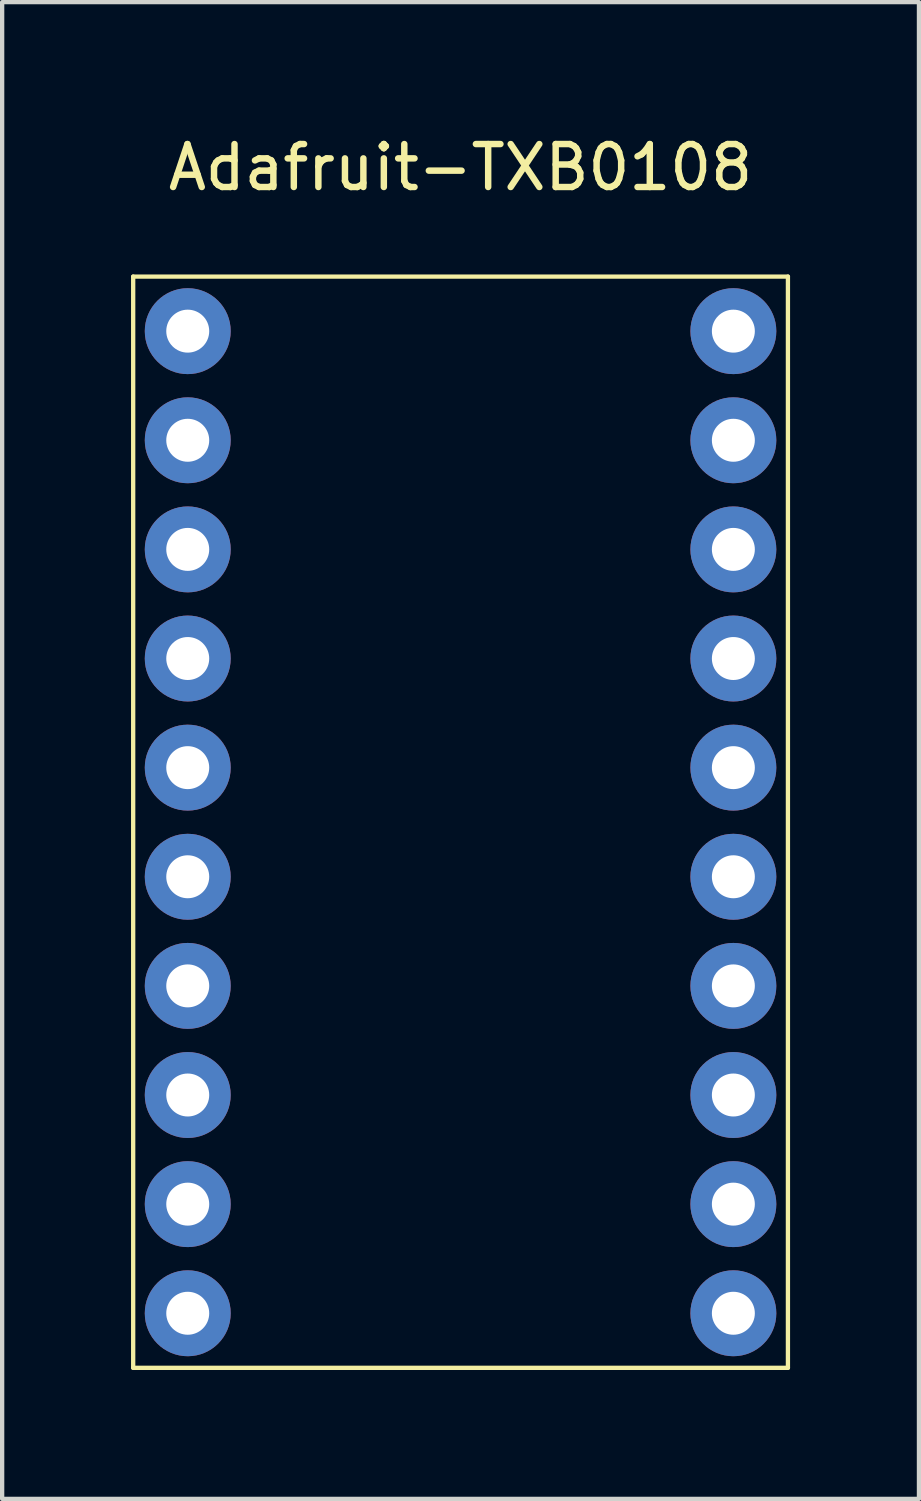
<source format=kicad_pcb>
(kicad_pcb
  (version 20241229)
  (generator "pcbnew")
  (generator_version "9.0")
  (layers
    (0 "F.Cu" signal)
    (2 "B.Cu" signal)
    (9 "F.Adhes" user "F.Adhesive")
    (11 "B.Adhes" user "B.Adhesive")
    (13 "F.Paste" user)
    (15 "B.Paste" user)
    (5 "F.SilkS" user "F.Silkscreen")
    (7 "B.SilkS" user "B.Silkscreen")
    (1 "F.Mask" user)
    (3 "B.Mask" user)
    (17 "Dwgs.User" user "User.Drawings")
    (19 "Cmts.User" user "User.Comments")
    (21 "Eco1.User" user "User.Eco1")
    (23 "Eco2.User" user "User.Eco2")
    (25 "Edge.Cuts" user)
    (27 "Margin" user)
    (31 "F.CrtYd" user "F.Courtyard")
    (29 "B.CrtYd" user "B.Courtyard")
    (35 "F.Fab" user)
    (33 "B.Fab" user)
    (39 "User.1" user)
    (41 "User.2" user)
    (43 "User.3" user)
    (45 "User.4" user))
  (footprint "Adafruit-TXB0108"
    (layer "F.Cu")
    (at 7.67 16.088)
    (property "Reference" "Adafruit-TXB0108" (at 0 -15.24 0) (layer "F.SilkS") (effects (font (size 1 1) (thickness 0.15))))
    (attr through_hole)
    (fp_line (start -7.62 -12.7) (end 7.62 -12.7) (stroke (width 0.1) (type solid)) (layer "F.SilkS"))
    (fp_line (start -7.62 12.7) (end -7.62 -12.7) (stroke (width 0.1) (type solid)) (layer "F.SilkS"))
    (fp_line (start 7.62 -12.7) (end 7.62 12.7) (stroke (width 0.1) (type solid)) (layer "F.SilkS"))
    (fp_line (start 7.62 12.7) (end -7.62 12.7) (stroke (width 0.1) (type solid)) (layer "F.SilkS"))
    (pad "1" thru_hole circle (at -6.35 -8.89) (size 2 2) (drill 1) (layers "*.Cu" "*.Mask"))
    (pad "2" thru_hole circle (at -6.35 -6.35) (size 2 2) (drill 1) (layers "*.Cu" "*.Mask"))
    (pad "3" thru_hole circle (at -6.35 -3.81) (size 2 2) (drill 1) (layers "*.Cu" "*.Mask"))
    (pad "4" thru_hole circle (at -6.35 -1.27) (size 2 2) (drill 1) (layers "*.Cu" "*.Mask"))
    (pad "5" thru_hole circle (at -6.35 -11.43) (size 2 2) (drill 1) (layers "*.Cu" "*.Mask"))
    (pad "6" thru_hole circle (at -6.35 11.43) (size 2 2) (drill 1) (layers "*.Cu" "*.Mask"))
    (pad "7" thru_hole circle (at -6.35 1.27) (size 2 2) (drill 1) (layers "*.Cu" "*.Mask"))
    (pad "8" thru_hole circle (at -6.35 3.81) (size 2 2) (drill 1) (layers "*.Cu" "*.Mask"))
    (pad "9" thru_hole circle (at -6.35 6.35) (size 2 2) (drill 1) (layers "*.Cu" "*.Mask"))
    (pad "10" thru_hole circle (at -6.35 8.89) (size 2 2) (drill 1) (layers "*.Cu" "*.Mask"))
    (pad "11" thru_hole circle (at 6.35 11.43) (size 2 2) (drill 1) (layers "*.Cu" "*.Mask"))
    (pad "12" thru_hole circle (at 6.35 8.89) (size 2 2) (drill 1) (layers "*.Cu" "*.Mask"))
    (pad "13" thru_hole circle (at 6.35 6.35) (size 2 2) (drill 1) (layers "*.Cu" "*.Mask"))
    (pad "14" thru_hole circle (at 6.35 3.81) (size 2 2) (drill 1) (layers "*.Cu" "*.Mask"))
    (pad "15" thru_hole circle (at 6.35 1.27) (size 2 2) (drill 1) (layers "*.Cu" "*.Mask"))
    (pad "16" thru_hole circle (at 6.35 -1.27) (size 2 2) (drill 1) (layers "*.Cu" "*.Mask"))
    (pad "17" thru_hole circle (at 6.35 -3.81) (size 2 2) (drill 1) (layers "*.Cu" "*.Mask"))
    (pad "18" thru_hole circle (at 6.35 -6.35) (size 2 2) (drill 1) (layers "*.Cu" "*.Mask"))
    (pad "19" thru_hole circle (at 6.35 -11.43) (size 2 2) (drill 1) (layers "*.Cu" "*.Mask"))
    (pad "20" thru_hole circle (at 6.35 -8.89) (size 2 2) (drill 1) (layers "*.Cu" "*.Mask")))
  (gr_rect
    (start -3 -3)
    (end 18.34 31.838)
    (stroke (width 0.1) (type default))
    (fill no)
    (layer "Edge.Cuts")))
</source>
